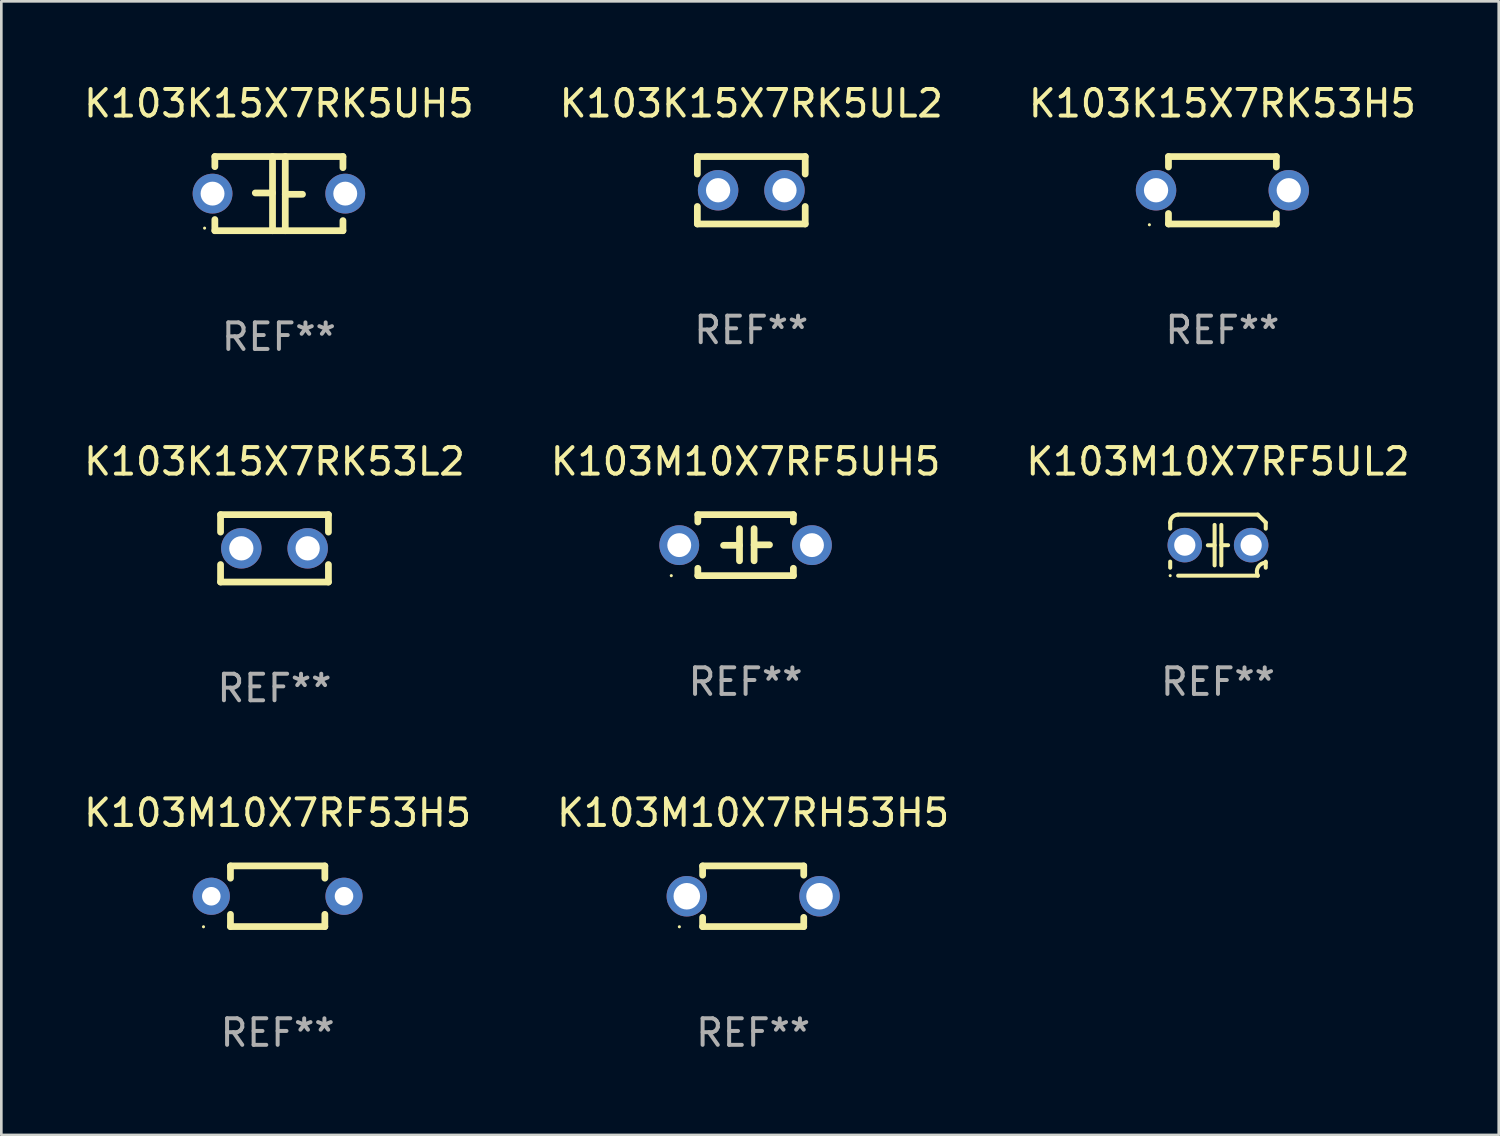
<source format=kicad_pcb>
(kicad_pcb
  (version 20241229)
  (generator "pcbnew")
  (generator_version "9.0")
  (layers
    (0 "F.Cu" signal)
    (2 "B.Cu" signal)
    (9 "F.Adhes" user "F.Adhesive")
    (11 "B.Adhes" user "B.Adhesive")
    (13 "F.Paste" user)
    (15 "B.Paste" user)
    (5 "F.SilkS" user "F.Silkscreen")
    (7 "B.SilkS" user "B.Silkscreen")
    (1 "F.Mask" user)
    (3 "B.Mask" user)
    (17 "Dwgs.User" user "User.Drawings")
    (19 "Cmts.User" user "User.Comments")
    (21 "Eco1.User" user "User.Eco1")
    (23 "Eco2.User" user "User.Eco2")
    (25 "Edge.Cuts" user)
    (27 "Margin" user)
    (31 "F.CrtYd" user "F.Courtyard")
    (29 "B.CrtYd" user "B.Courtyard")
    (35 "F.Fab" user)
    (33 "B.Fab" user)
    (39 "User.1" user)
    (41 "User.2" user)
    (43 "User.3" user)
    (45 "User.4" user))
  (footprint "K103M10X7RF5UH5"
    (layer "F.Cu")
    (at 25.042 17.489)
    (property "Reference" "K103M10X7RF5UH5" (at 0 -3.15 0) (layer "F.SilkS") (effects (font (size 1 1) (thickness 0.15))))
    (attr through_hole)
    (fp_line (start -1.8 -1.15) (end -1.8 -0.872) (stroke (width 0.254) (type solid)) (layer "F.SilkS"))
    (fp_line (start -1.8 -1.15) (end 1.8 -1.15) (stroke (width 0.254) (type solid)) (layer "F.SilkS"))
    (fp_line (start -1.8 0.872) (end -1.8 1.15) (stroke (width 0.254) (type solid)) (layer "F.SilkS"))
    (fp_line (start -1.8 1.15) (end 1.8 1.15) (stroke (width 0.254) (type solid)) (layer "F.SilkS"))
    (fp_line (start -0.23 -0.62) (end -0.23 0.59) (stroke (width 0.254) (type solid)) (layer "F.SilkS"))
    (fp_line (start -0.23 0.007) (end -0.83 0.007) (stroke (width 0.254) (type solid)) (layer "F.SilkS"))
    (fp_line (start 0.32 -0.62) (end 0.32 0.59) (stroke (width 0.254) (type solid)) (layer "F.SilkS"))
    (fp_line (start 0.32 -0.012) (end 0.9 -0.012) (stroke (width 0.254) (type solid)) (layer "F.SilkS"))
    (fp_line (start 1.8 -1.15) (end 1.8 -0.872) (stroke (width 0.254) (type solid)) (layer "F.SilkS"))
    (fp_line (start 1.8 0.872) (end 1.8 1.15) (stroke (width 0.254) (type solid)) (layer "F.SilkS"))
    (fp_circle (center -2.8 1.15) (end -2.77 1.15) (stroke (width 0.06) (type solid)) (fill no) (layer "F.SilkS"))
    (fp_text user "REF**" (at 0 5.15 0) (layer "F.Fab") (effects (font (size 1 1) (thickness 0.15))))
    (pad "1" thru_hole circle (at -2.5 0) (size 1.5 1.5) (drill 0.9) (layers "*.Cu" "*.Mask"))
    (pad "2" thru_hole circle (at 2.5 0) (size 1.5 1.5) (drill 0.9) (layers "*.Cu" "*.Mask")))
  (footprint "K103M10X7RF5UL2"
    (layer "F.Cu")
    (at 42.839 17.489)
    (property "Reference" "K103M10X7RF5UL2" (at 0 -3.15 0) (layer "F.SilkS") (effects (font (size 1 1) (thickness 0.15))))
    (attr through_hole)
    (fp_line (start -1.8 -0.621) (end -1.8 -0.85) (stroke (width 0.152) (type solid)) (layer "F.SilkS"))
    (fp_line (start -1.8 0.85) (end -1.8 0.621) (stroke (width 0.152) (type solid)) (layer "F.SilkS"))
    (fp_line (start -1.5 -1.15) (end 1.5 -1.15) (stroke (width 0.152) (type solid)) (layer "F.SilkS"))
    (fp_line (start -0.127 -0.762) (end -0.127 0.762) (stroke (width 0.152) (type solid)) (layer "F.SilkS"))
    (fp_line (start -0.127 0.005) (end -0.381 0.005) (stroke (width 0.152) (type solid)) (layer "F.SilkS"))
    (fp_line (start 0.127 -0.762) (end 0.127 0.762) (stroke (width 0.152) (type solid)) (layer "F.SilkS"))
    (fp_line (start 0.127 0.002) (end 0.381 0.002) (stroke (width 0.152) (type solid)) (layer "F.SilkS"))
    (fp_line (start 1.5 1.15) (end -1.5 1.15) (stroke (width 0.152) (type solid)) (layer "F.SilkS"))
    (fp_line (start 1.8 -0.85) (end 1.8 -0.621) (stroke (width 0.152) (type solid)) (layer "F.SilkS"))
    (fp_line (start 1.8 0.621) (end 1.8 0.85) (stroke (width 0.152) (type solid)) (layer "F.SilkS"))
    (fp_arc (start -1.799975 -0.849987) (mid -1.712107 -1.062119) (end -1.499975 -1.149987) (stroke (width 0.151994) (type solid)) (layer "F.SilkS"))
    (fp_arc (start 1.499975 1.149987) (mid 1.513726 0.822359) (end 1.799975 0.662387) (stroke (width 0.151994) (type solid)) (layer "F.SilkS"))
    (fp_arc (start 1.500001 -1.149986) (mid 1.650015 -1.000001) (end 1.8 -0.849987) (stroke (width 0.151994) (type solid)) (layer "F.SilkS"))
    (fp_circle (center -1.8 1.15) (end -1.77 1.15) (stroke (width 0.06) (type solid)) (fill no) (layer "F.SilkS"))
    (fp_text user "REF**" (at 0 5.15 0) (layer "F.Fab") (effects (font (size 1 1) (thickness 0.15))))
    (pad "1" thru_hole circle (at -1.25 0) (size 1.3 1.3) (drill 0.8) (layers "*.Cu" "*.Mask"))
    (pad "2" thru_hole circle (at 1.25 0) (size 1.3 1.3) (drill 0.8) (layers "*.Cu" "*.Mask")))
  (footprint "K103K15X7RK5UL2"
    (layer "F.Cu")
    (at 25.256 4.118)
    (property "Reference" "K103K15X7RK5UL2" (at 0 -3.27 0) (layer "F.SilkS") (effects (font (size 1 1) (thickness 0.15))))
    (attr through_hole)
    (fp_line (start -2.032 -1.27) (end -2.032 -0.611) (stroke (width 0.254) (type solid)) (layer "F.SilkS"))
    (fp_line (start -2.032 0.611) (end -2.032 1.27) (stroke (width 0.254) (type solid)) (layer "F.SilkS"))
    (fp_line (start -2.032 1.27) (end 2.032 1.27) (stroke (width 0.254) (type solid)) (layer "F.SilkS"))
    (fp_line (start 2.032 -1.27) (end -2.032 -1.27) (stroke (width 0.254) (type solid)) (layer "F.SilkS"))
    (fp_line (start 2.032 -0.611) (end 2.032 -1.27) (stroke (width 0.254) (type solid)) (layer "F.SilkS"))
    (fp_line (start 2.032 1.27) (end 2.032 0.611) (stroke (width 0.254) (type solid)) (layer "F.SilkS"))
    (fp_circle (center -2 1.3) (end -1.97 1.3) (stroke (width 0.06) (type solid)) (fill no) (layer "F.SilkS"))
    (fp_text user "REF**" (at 0 5.27 0) (layer "F.Fab") (effects (font (size 1 1) (thickness 0.15))))
    (pad "1" thru_hole circle (at -1.25 0) (size 1.524 1.524) (drill 0.914) (layers "*.Cu" "*.Mask"))
    (pad "2" thru_hole circle (at 1.25 0) (size 1.524 1.524) (drill 0.914) (layers "*.Cu" "*.Mask")))
  (footprint "K103M10X7RF53H5"
    (layer "F.Cu")
    (at 7.411 30.718)
    (property "Reference" "K103M10X7RF53H5" (at 0 -3.143 0) (layer "F.SilkS") (effects (font (size 1 1) (thickness 0.15))))
    (attr through_hole)
    (fp_line (start -1.778 -1.143) (end 1.778 -1.143) (stroke (width 0.254) (type solid)) (layer "F.SilkS"))
    (fp_line (start -1.778 -0.681) (end -1.778 -1.143) (stroke (width 0.254) (type solid)) (layer "F.SilkS"))
    (fp_line (start -1.778 1.143) (end -1.778 0.681) (stroke (width 0.254) (type solid)) (layer "F.SilkS"))
    (fp_line (start 1.778 -1.143) (end 1.778 -0.681) (stroke (width 0.254) (type solid)) (layer "F.SilkS"))
    (fp_line (start 1.778 0.681) (end 1.778 1.143) (stroke (width 0.254) (type solid)) (layer "F.SilkS"))
    (fp_line (start 1.778 1.143) (end -1.778 1.143) (stroke (width 0.254) (type solid)) (layer "F.SilkS"))
    (fp_circle (center -2.794 1.15) (end -2.764 1.15) (stroke (width 0.06) (type solid)) (fill no) (layer "F.SilkS"))
    (fp_text user "REF**" (at 0 5.143 0) (layer "F.Fab") (effects (font (size 1 1) (thickness 0.15))))
    (pad "1" thru_hole circle (at -2.5 0) (size 1.4 1.4) (drill 0.7) (layers "*.Cu" "*.Mask"))
    (pad "2" thru_hole circle (at 2.5 0) (size 1.4 1.4) (drill 0.7) (layers "*.Cu" "*.Mask")))
  (footprint "K103M10X7RH53H5"
    (layer "F.Cu")
    (at 25.327 30.718)
    (property "Reference" "K103M10X7RH53H5" (at 0 -3.143 0) (layer "F.SilkS") (effects (font (size 1 1) (thickness 0.15))))
    (attr through_hole)
    (fp_line (start -1.905 -1.143) (end 1.905 -1.143) (stroke (width 0.254) (type solid)) (layer "F.SilkS"))
    (fp_line (start -1.905 -0.795) (end -1.905 -1.143) (stroke (width 0.254) (type solid)) (layer "F.SilkS"))
    (fp_line (start -1.905 1.143) (end -1.905 0.795) (stroke (width 0.254) (type solid)) (layer "F.SilkS"))
    (fp_line (start 1.905 -1.143) (end 1.905 -0.795) (stroke (width 0.254) (type solid)) (layer "F.SilkS"))
    (fp_line (start 1.905 0.795) (end 1.905 1.143) (stroke (width 0.254) (type solid)) (layer "F.SilkS"))
    (fp_line (start 1.905 1.143) (end -1.905 1.143) (stroke (width 0.254) (type solid)) (layer "F.SilkS"))
    (fp_circle (center -2.781 1.15) (end -2.751 1.15) (stroke (width 0.06) (type solid)) (fill no) (layer "F.SilkS"))
    (fp_text user "REF**" (at 0 5.143 0) (layer "F.Fab") (effects (font (size 1 1) (thickness 0.15))))
    (pad "1" thru_hole circle (at -2.5 0) (size 1.524 1.524) (drill 1) (layers "*.Cu" "*.Mask"))
    (pad "2" thru_hole circle (at 2.5 0) (size 1.524 1.524) (drill 1) (layers "*.Cu" "*.Mask")))
  (footprint "K103K15X7RK53L2"
    (layer "F.Cu")
    (at 7.292 17.609)
    (property "Reference" "K103K15X7RK53L2" (at 0 -3.27 0) (layer "F.SilkS") (effects (font (size 1 1) (thickness 0.15))))
    (attr through_hole)
    (fp_line (start -2.032 -1.27) (end -2.032 -0.611) (stroke (width 0.254) (type solid)) (layer "F.SilkS"))
    (fp_line (start -2.032 0.611) (end -2.032 1.27) (stroke (width 0.254) (type solid)) (layer "F.SilkS"))
    (fp_line (start -2.032 1.27) (end 2.032 1.27) (stroke (width 0.254) (type solid)) (layer "F.SilkS"))
    (fp_line (start 2.032 -1.27) (end -2.032 -1.27) (stroke (width 0.254) (type solid)) (layer "F.SilkS"))
    (fp_line (start 2.032 -0.611) (end 2.032 -1.27) (stroke (width 0.254) (type solid)) (layer "F.SilkS"))
    (fp_line (start 2.032 1.27) (end 2.032 0.611) (stroke (width 0.254) (type solid)) (layer "F.SilkS"))
    (fp_circle (center -2 1.3) (end -1.97 1.3) (stroke (width 0.06) (type solid)) (fill no) (layer "F.SilkS"))
    (fp_text user "REF**" (at 0 5.27 0) (layer "F.Fab") (effects (font (size 1 1) (thickness 0.15))))
    (pad "1" thru_hole circle (at -1.25 0) (size 1.524 1.524) (drill 0.914) (layers "*.Cu" "*.Mask"))
    (pad "2" thru_hole circle (at 1.25 0) (size 1.524 1.524) (drill 0.914) (layers "*.Cu" "*.Mask")))
  (footprint "K103K15X7RK5UH5"
    (layer "F.Cu")
    (at 7.458 4.245)
    (property "Reference" "K103K15X7RK5UH5" (at 0 -3.397 0) (layer "F.SilkS") (effects (font (size 1 1) (thickness 0.15))))
    (attr through_hole)
    (fp_line (start -2.413 -1.397) (end 2.413 -1.397) (stroke (width 0.254) (type solid)) (layer "F.SilkS"))
    (fp_line (start -2.413 -1.016) (end -2.413 -1.397) (stroke (width 0.254) (type solid)) (layer "F.SilkS"))
    (fp_line (start -2.413 0.977) (end -2.413 1.397) (stroke (width 0.254) (type solid)) (layer "F.SilkS"))
    (fp_line (start -0.24 -0.025) (end -0.889 -0.025) (stroke (width 0.254) (type solid)) (layer "F.SilkS"))
    (fp_line (start -0.24 1.397) (end -0.24 -1.397) (stroke (width 0.254) (type solid)) (layer "F.SilkS"))
    (fp_line (start 0.24 -1.397) (end 0.24 1.397) (stroke (width 0.254) (type solid)) (layer "F.SilkS"))
    (fp_line (start 0.24 0.025) (end 0.889 0.025) (stroke (width 0.254) (type solid)) (layer "F.SilkS"))
    (fp_line (start 2.413 -0.977) (end 2.413 -1.397) (stroke (width 0.254) (type solid)) (layer "F.SilkS"))
    (fp_line (start 2.413 1.016) (end 2.413 1.397) (stroke (width 0.254) (type solid)) (layer "F.SilkS"))
    (fp_line (start 2.413 1.397) (end -2.413 1.397) (stroke (width 0.254) (type solid)) (layer "F.SilkS"))
    (fp_circle (center -2.8 1.3) (end -2.77 1.3) (stroke (width 0.06) (type solid)) (fill no) (layer "F.SilkS"))
    (fp_text user "REF**" (at 0 5.397 0) (layer "F.Fab") (effects (font (size 1 1) (thickness 0.15))))
    (pad "1" thru_hole circle (at -2.5 0) (size 1.5 1.5) (drill 0.9) (layers "*.Cu" "*.Mask"))
    (pad "2" thru_hole circle (at 2.5 0) (size 1.5 1.5) (drill 0.9) (layers "*.Cu" "*.Mask")))
  (footprint "K103K15X7RK53H5"
    (layer "F.Cu")
    (at 43.006 4.118)
    (property "Reference" "K103K15X7RK53H5" (at 0 -3.27 0) (layer "F.SilkS") (effects (font (size 1 1) (thickness 0.15))))
    (attr through_hole)
    (fp_line (start -2.032 -1.27) (end -2.032 -0.876) (stroke (width 0.254) (type solid)) (layer "F.SilkS"))
    (fp_line (start -2.032 0.876) (end -2.032 1.27) (stroke (width 0.254) (type solid)) (layer "F.SilkS"))
    (fp_line (start -2.032 1.27) (end 2.032 1.27) (stroke (width 0.254) (type solid)) (layer "F.SilkS"))
    (fp_line (start 2.032 -1.27) (end -2.032 -1.27) (stroke (width 0.254) (type solid)) (layer "F.SilkS"))
    (fp_line (start 2.032 -0.876) (end 2.032 -1.27) (stroke (width 0.254) (type solid)) (layer "F.SilkS"))
    (fp_line (start 2.032 1.27) (end 2.032 0.876) (stroke (width 0.254) (type solid)) (layer "F.SilkS"))
    (fp_circle (center -2.751 1.3) (end -2.721 1.3) (stroke (width 0.06) (type solid)) (fill no) (layer "F.SilkS"))
    (fp_text user "REF**" (at 0 5.27 0) (layer "F.Fab") (effects (font (size 1 1) (thickness 0.15))))
    (pad "1" thru_hole circle (at -2.5 0) (size 1.524 1.524) (drill 0.914) (layers "*.Cu" "*.Mask"))
    (pad "2" thru_hole circle (at 2.5 0) (size 1.524 1.524) (drill 0.914) (layers "*.Cu" "*.Mask")))
  (gr_rect
    (start -3 -3)
    (end 53.417 39.71)
    (stroke (width 0.1) (type default))
    (fill no)
    (layer "Edge.Cuts")))
</source>
